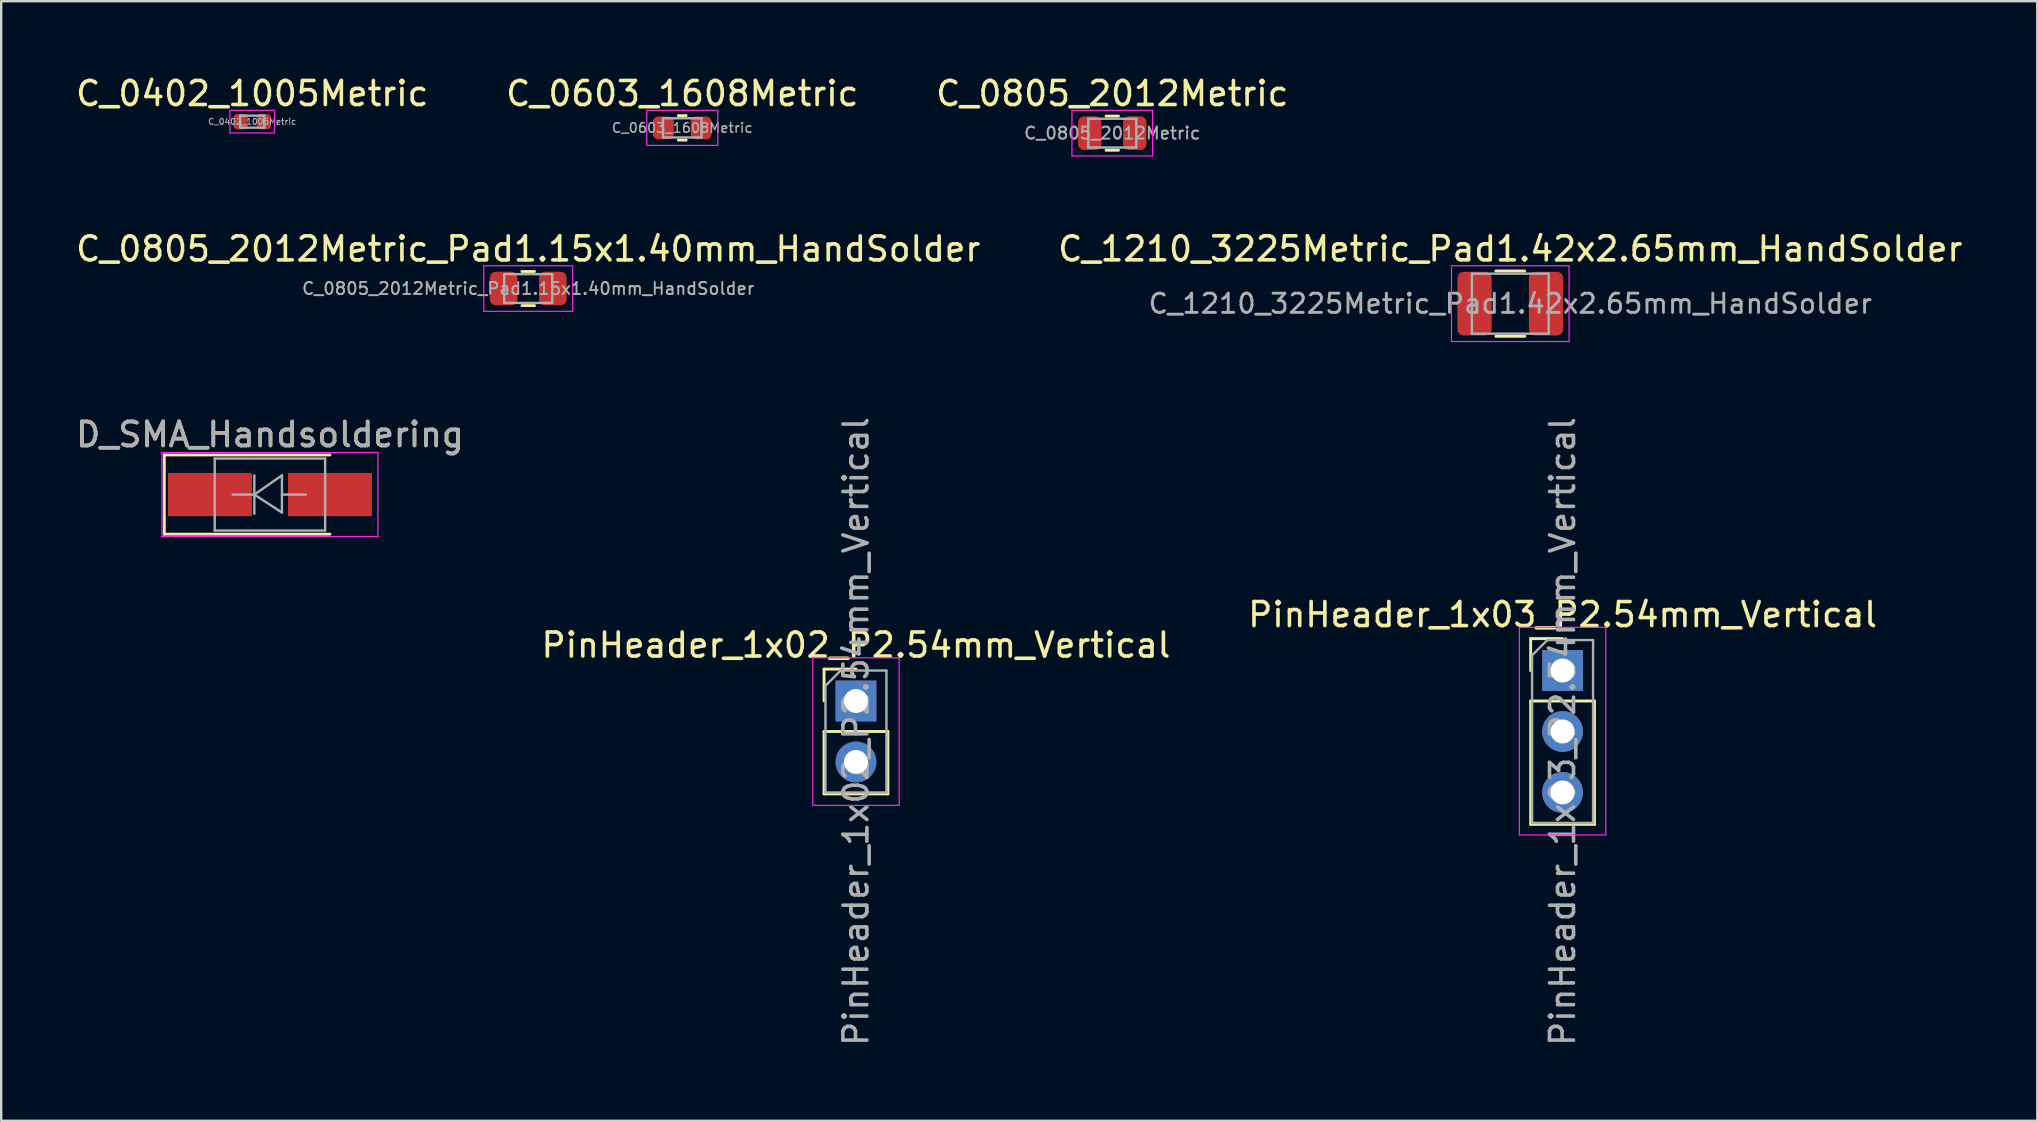
<source format=kicad_pcb>
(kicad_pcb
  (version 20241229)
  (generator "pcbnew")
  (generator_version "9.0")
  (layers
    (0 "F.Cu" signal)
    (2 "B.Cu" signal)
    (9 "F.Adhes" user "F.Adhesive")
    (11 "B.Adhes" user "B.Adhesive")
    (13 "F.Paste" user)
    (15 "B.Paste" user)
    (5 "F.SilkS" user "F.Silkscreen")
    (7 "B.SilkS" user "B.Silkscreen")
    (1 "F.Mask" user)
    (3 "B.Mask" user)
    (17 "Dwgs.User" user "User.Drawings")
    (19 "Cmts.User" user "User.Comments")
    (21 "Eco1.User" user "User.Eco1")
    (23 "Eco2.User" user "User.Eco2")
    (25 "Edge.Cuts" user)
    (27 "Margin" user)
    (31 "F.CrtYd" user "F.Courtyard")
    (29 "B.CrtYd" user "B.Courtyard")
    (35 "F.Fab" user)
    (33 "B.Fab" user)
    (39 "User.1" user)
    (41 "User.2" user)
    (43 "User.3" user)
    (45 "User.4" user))
  (footprint "C_0603_1608Metric"
    (layer "F.Cu")
    (at 25.375 2.278)
    (property "Reference" "C_0603_1608Metric" (at 0 -1.43 0) (layer "F.SilkS") (effects (font (size 1 1) (thickness 0.15))))
    (attr smd)
    (fp_line (start -0.163 -0.51) (end 0.163 -0.51) (stroke (width 0.12) (type solid)) (layer "F.SilkS"))
    (fp_line (start -0.163 0.51) (end 0.163 0.51) (stroke (width 0.12) (type solid)) (layer "F.SilkS"))
    (fp_line (start -1.48 -0.73) (end 1.48 -0.73) (stroke (width 0.05) (type solid)) (layer "F.CrtYd"))
    (fp_line (start -1.48 0.73) (end -1.48 -0.73) (stroke (width 0.05) (type solid)) (layer "F.CrtYd"))
    (fp_line (start 1.48 -0.73) (end 1.48 0.73) (stroke (width 0.05) (type solid)) (layer "F.CrtYd"))
    (fp_line (start 1.48 0.73) (end -1.48 0.73) (stroke (width 0.05) (type solid)) (layer "F.CrtYd"))
    (fp_line (start -0.8 -0.4) (end 0.8 -0.4) (stroke (width 0.1) (type solid)) (layer "F.Fab"))
    (fp_line (start -0.8 0.4) (end -0.8 -0.4) (stroke (width 0.1) (type solid)) (layer "F.Fab"))
    (fp_line (start 0.8 -0.4) (end 0.8 0.4) (stroke (width 0.1) (type solid)) (layer "F.Fab"))
    (fp_line (start 0.8 0.4) (end -0.8 0.4) (stroke (width 0.1) (type solid)) (layer "F.Fab"))
    (fp_text user "${REFERENCE}" (at 0 0 0) (layer "F.Fab") (effects (font (size 0.4 0.4) (thickness 0.06))))
    (pad "1" smd roundrect (at -0.787 0) (size 0.875 0.95) (layers "F.Cu" "F.Mask" "F.Paste") (roundrect_rratio 0.25))
    (pad "2" smd roundrect (at 0.787 0) (size 0.875 0.95) (layers "F.Cu" "F.Mask" "F.Paste") (roundrect_rratio 0.25)))
  (footprint "D_SMA_Handsoldering"
    (layer "F.Cu")
    (at 8.196 17.555)
    (property "Reference" "D_SMA_Handsoldering" (at 0 -2.5 0) (layer "F.SilkS") (effects (font (size 1 1) (thickness 0.15))))
    (attr smd)
    (fp_line (start -4.4 -1.65) (end -4.4 1.65) (stroke (width 0.12) (type solid)) (layer "F.SilkS"))
    (fp_line (start -4.4 -1.65) (end 2.5 -1.65) (stroke (width 0.12) (type solid)) (layer "F.SilkS"))
    (fp_line (start -4.4 1.65) (end 2.5 1.65) (stroke (width 0.12) (type solid)) (layer "F.SilkS"))
    (fp_line (start -4.5 -1.75) (end 4.5 -1.75) (stroke (width 0.05) (type solid)) (layer "F.CrtYd"))
    (fp_line (start -4.5 1.75) (end -4.5 -1.75) (stroke (width 0.05) (type solid)) (layer "F.CrtYd"))
    (fp_line (start 4.5 -1.75) (end 4.5 1.75) (stroke (width 0.05) (type solid)) (layer "F.CrtYd"))
    (fp_line (start 4.5 1.75) (end -4.5 1.75) (stroke (width 0.05) (type solid)) (layer "F.CrtYd"))
    (fp_line (start -2.3 1.5) (end -2.3 -1.5) (stroke (width 0.1) (type solid)) (layer "F.Fab"))
    (fp_line (start -0.649 -0.799) (end -0.649 0.801) (stroke (width 0.1) (type solid)) (layer "F.Fab"))
    (fp_line (start -0.649 0.001) (end -1.551 0.001) (stroke (width 0.1) (type solid)) (layer "F.Fab"))
    (fp_line (start -0.649 0.001) (end 0.501 -0.799) (stroke (width 0.1) (type solid)) (layer "F.Fab"))
    (fp_line (start -0.649 0.001) (end 0.501 0.75) (stroke (width 0.1) (type solid)) (layer "F.Fab"))
    (fp_line (start 0.501 0.001) (end 1.499 0.001) (stroke (width 0.1) (type solid)) (layer "F.Fab"))
    (fp_line (start 0.501 0.75) (end 0.501 -0.799) (stroke (width 0.1) (type solid)) (layer "F.Fab"))
    (fp_line (start 2.3 -1.5) (end -2.3 -1.5) (stroke (width 0.1) (type solid)) (layer "F.Fab"))
    (fp_line (start 2.3 -1.5) (end 2.3 1.5) (stroke (width 0.1) (type solid)) (layer "F.Fab"))
    (fp_line (start 2.3 1.5) (end -2.3 1.5) (stroke (width 0.1) (type solid)) (layer "F.Fab"))
    (fp_text user "${REFERENCE}" (at 0 -2.5 0) (layer "F.Fab") (effects (font (size 1 1) (thickness 0.15))))
    (pad "1" smd rect (at -2.5 0) (size 3.5 1.8) (layers "F.Cu" "F.Mask" "F.Paste"))
    (pad "2" smd rect (at 2.5 0) (size 3.5 1.8) (layers "F.Cu" "F.Mask" "F.Paste")))
  (footprint "C_0805_2012Metric_Pad1.15x1.40mm_HandSolder"
    (layer "F.Cu")
    (at 18.958 8.972)
    (property "Reference" "C_0805_2012Metric_Pad1.15x1.40mm_HandSolder" (at 0 -1.65 0) (layer "F.SilkS") (effects (font (size 1 1) (thickness 0.15))))
    (attr smd)
    (fp_line (start -0.261 -0.71) (end 0.261 -0.71) (stroke (width 0.12) (type solid)) (layer "F.SilkS"))
    (fp_line (start -0.261 0.71) (end 0.261 0.71) (stroke (width 0.12) (type solid)) (layer "F.SilkS"))
    (fp_line (start -1.85 -0.95) (end 1.85 -0.95) (stroke (width 0.05) (type solid)) (layer "F.CrtYd"))
    (fp_line (start -1.85 0.95) (end -1.85 -0.95) (stroke (width 0.05) (type solid)) (layer "F.CrtYd"))
    (fp_line (start 1.85 -0.95) (end 1.85 0.95) (stroke (width 0.05) (type solid)) (layer "F.CrtYd"))
    (fp_line (start 1.85 0.95) (end -1.85 0.95) (stroke (width 0.05) (type solid)) (layer "F.CrtYd"))
    (fp_line (start -1 -0.6) (end 1 -0.6) (stroke (width 0.1) (type solid)) (layer "F.Fab"))
    (fp_line (start -1 0.6) (end -1 -0.6) (stroke (width 0.1) (type solid)) (layer "F.Fab"))
    (fp_line (start 1 -0.6) (end 1 0.6) (stroke (width 0.1) (type solid)) (layer "F.Fab"))
    (fp_line (start 1 0.6) (end -1 0.6) (stroke (width 0.1) (type solid)) (layer "F.Fab"))
    (fp_text user "${REFERENCE}" (at 0 0 0) (layer "F.Fab") (effects (font (size 0.5 0.5) (thickness 0.08))))
    (pad "1" smd roundrect (at -1.025 0) (size 1.15 1.4) (layers "F.Cu" "F.Mask" "F.Paste") (roundrect_rratio 0.217))
    (pad "2" smd roundrect (at 1.025 0) (size 1.15 1.4) (layers "F.Cu" "F.Mask" "F.Paste") (roundrect_rratio 0.217)))
  (footprint "C_0805_2012Metric"
    (layer "F.Cu")
    (at 43.292 2.498)
    (property "Reference" "C_0805_2012Metric" (at 0 -1.65 0) (layer "F.SilkS") (effects (font (size 1 1) (thickness 0.15))))
    (attr smd)
    (fp_line (start -0.259 -0.71) (end 0.259 -0.71) (stroke (width 0.12) (type solid)) (layer "F.SilkS"))
    (fp_line (start -0.259 0.71) (end 0.259 0.71) (stroke (width 0.12) (type solid)) (layer "F.SilkS"))
    (fp_line (start -1.68 -0.95) (end 1.68 -0.95) (stroke (width 0.05) (type solid)) (layer "F.CrtYd"))
    (fp_line (start -1.68 0.95) (end -1.68 -0.95) (stroke (width 0.05) (type solid)) (layer "F.CrtYd"))
    (fp_line (start 1.68 -0.95) (end 1.68 0.95) (stroke (width 0.05) (type solid)) (layer "F.CrtYd"))
    (fp_line (start 1.68 0.95) (end -1.68 0.95) (stroke (width 0.05) (type solid)) (layer "F.CrtYd"))
    (fp_line (start -1 -0.6) (end 1 -0.6) (stroke (width 0.1) (type solid)) (layer "F.Fab"))
    (fp_line (start -1 0.6) (end -1 -0.6) (stroke (width 0.1) (type solid)) (layer "F.Fab"))
    (fp_line (start 1 -0.6) (end 1 0.6) (stroke (width 0.1) (type solid)) (layer "F.Fab"))
    (fp_line (start 1 0.6) (end -1 0.6) (stroke (width 0.1) (type solid)) (layer "F.Fab"))
    (fp_text user "${REFERENCE}" (at 0 0 0) (layer "F.Fab") (effects (font (size 0.5 0.5) (thickness 0.08))))
    (pad "1" smd roundrect (at -0.938 0) (size 0.975 1.4) (layers "F.Cu" "F.Mask" "F.Paste") (roundrect_rratio 0.25))
    (pad "2" smd roundrect (at 0.938 0) (size 0.975 1.4) (layers "F.Cu" "F.Mask" "F.Paste") (roundrect_rratio 0.25)))
  (footprint "PinHeader_1x02_P2.54mm_Vertical"
    (layer "F.Cu")
    (at 32.613 26.157)
    (property "Reference" "PinHeader_1x02_P2.54mm_Vertical" (at 0 -2.33 0) (layer "F.SilkS") (effects (font (size 1 1) (thickness 0.15))))
    (attr through_hole)
    (fp_line (start -1.33 -1.33) (end 0 -1.33) (stroke (width 0.12) (type solid)) (layer "F.SilkS"))
    (fp_line (start -1.33 0) (end -1.33 -1.33) (stroke (width 0.12) (type solid)) (layer "F.SilkS"))
    (fp_line (start -1.33 1.27) (end -1.33 3.87) (stroke (width 0.12) (type solid)) (layer "F.SilkS"))
    (fp_line (start -1.33 1.27) (end 1.33 1.27) (stroke (width 0.12) (type solid)) (layer "F.SilkS"))
    (fp_line (start -1.33 3.87) (end 1.33 3.87) (stroke (width 0.12) (type solid)) (layer "F.SilkS"))
    (fp_line (start 1.33 1.27) (end 1.33 3.87) (stroke (width 0.12) (type solid)) (layer "F.SilkS"))
    (fp_line (start -1.8 -1.8) (end -1.8 4.35) (stroke (width 0.05) (type solid)) (layer "F.CrtYd"))
    (fp_line (start -1.8 4.35) (end 1.8 4.35) (stroke (width 0.05) (type solid)) (layer "F.CrtYd"))
    (fp_line (start 1.8 -1.8) (end -1.8 -1.8) (stroke (width 0.05) (type solid)) (layer "F.CrtYd"))
    (fp_line (start 1.8 4.35) (end 1.8 -1.8) (stroke (width 0.05) (type solid)) (layer "F.CrtYd"))
    (fp_line (start -1.27 -0.635) (end -0.635 -1.27) (stroke (width 0.1) (type solid)) (layer "F.Fab"))
    (fp_line (start -1.27 3.81) (end -1.27 -0.635) (stroke (width 0.1) (type solid)) (layer "F.Fab"))
    (fp_line (start -0.635 -1.27) (end 1.27 -1.27) (stroke (width 0.1) (type solid)) (layer "F.Fab"))
    (fp_line (start 1.27 -1.27) (end 1.27 3.81) (stroke (width 0.1) (type solid)) (layer "F.Fab"))
    (fp_line (start 1.27 3.81) (end -1.27 3.81) (stroke (width 0.1) (type solid)) (layer "F.Fab"))
    (fp_text user "${REFERENCE}" (at 0 1.27 90) (layer "F.Fab") (effects (font (size 1 1) (thickness 0.15))))
    (pad "1" thru_hole rect (at 0 0) (size 1.7 1.7) (drill 1) (layers "*.Cu" "*.Mask"))
    (pad "2" thru_hole oval (at 0 2.54) (size 1.7 1.7) (drill 1) (layers "*.Cu" "*.Mask")))
  (footprint "C_0402_1005Metric"
    (layer "F.Cu")
    (at 7.458 2.018)
    (property "Reference" "C_0402_1005Metric" (at 0 -1.17 0) (layer "F.SilkS") (effects (font (size 1 1) (thickness 0.15))))
    (attr smd)
    (fp_line (start -0.93 -0.47) (end 0.93 -0.47) (stroke (width 0.05) (type solid)) (layer "F.CrtYd"))
    (fp_line (start -0.93 0.47) (end -0.93 -0.47) (stroke (width 0.05) (type solid)) (layer "F.CrtYd"))
    (fp_line (start 0.93 -0.47) (end 0.93 0.47) (stroke (width 0.05) (type solid)) (layer "F.CrtYd"))
    (fp_line (start 0.93 0.47) (end -0.93 0.47) (stroke (width 0.05) (type solid)) (layer "F.CrtYd"))
    (fp_line (start -0.5 -0.25) (end 0.5 -0.25) (stroke (width 0.1) (type solid)) (layer "F.Fab"))
    (fp_line (start -0.5 0.25) (end -0.5 -0.25) (stroke (width 0.1) (type solid)) (layer "F.Fab"))
    (fp_line (start 0.5 -0.25) (end 0.5 0.25) (stroke (width 0.1) (type solid)) (layer "F.Fab"))
    (fp_line (start 0.5 0.25) (end -0.5 0.25) (stroke (width 0.1) (type solid)) (layer "F.Fab"))
    (fp_text user "${REFERENCE}" (at 0 0 0) (layer "F.Fab") (effects (font (size 0.25 0.25) (thickness 0.04))))
    (pad "1" smd roundrect (at -0.485 0) (size 0.59 0.64) (layers "F.Cu" "F.Mask" "F.Paste") (roundrect_rratio 0.25))
    (pad "2" smd roundrect (at 0.485 0) (size 0.59 0.64) (layers "F.Cu" "F.Mask" "F.Paste") (roundrect_rratio 0.25)))
  (footprint "C_1210_3225Metric_Pad1.42x2.65mm_HandSolder"
    (layer "F.Cu")
    (at 59.875 9.601)
    (property "Reference" "C_1210_3225Metric_Pad1.42x2.65mm_HandSolder" (at 0 -2.28 0) (layer "F.SilkS") (effects (font (size 1 1) (thickness 0.15))))
    (attr smd)
    (fp_line (start -0.602 -1.36) (end 0.602 -1.36) (stroke (width 0.12) (type solid)) (layer "F.SilkS"))
    (fp_line (start -0.602 1.36) (end 0.602 1.36) (stroke (width 0.12) (type solid)) (layer "F.SilkS"))
    (fp_line (start -2.45 -1.58) (end 2.45 -1.58) (stroke (width 0.05) (type solid)) (layer "F.CrtYd"))
    (fp_line (start -2.45 1.58) (end -2.45 -1.58) (stroke (width 0.05) (type solid)) (layer "F.CrtYd"))
    (fp_line (start 2.45 -1.58) (end 2.45 1.58) (stroke (width 0.05) (type solid)) (layer "F.CrtYd"))
    (fp_line (start 2.45 1.58) (end -2.45 1.58) (stroke (width 0.05) (type solid)) (layer "F.CrtYd"))
    (fp_line (start -1.6 -1.25) (end 1.6 -1.25) (stroke (width 0.1) (type solid)) (layer "F.Fab"))
    (fp_line (start -1.6 1.25) (end -1.6 -1.25) (stroke (width 0.1) (type solid)) (layer "F.Fab"))
    (fp_line (start 1.6 -1.25) (end 1.6 1.25) (stroke (width 0.1) (type solid)) (layer "F.Fab"))
    (fp_line (start 1.6 1.25) (end -1.6 1.25) (stroke (width 0.1) (type solid)) (layer "F.Fab"))
    (fp_text user "${REFERENCE}" (at 0 0 0) (layer "F.Fab") (effects (font (size 0.8 0.8) (thickness 0.12))))
    (pad "1" smd roundrect (at -1.488 0) (size 1.425 2.65) (layers "F.Cu" "F.Mask" "F.Paste") (roundrect_rratio 0.175))
    (pad "2" smd roundrect (at 1.488 0) (size 1.425 2.65) (layers "F.Cu" "F.Mask" "F.Paste") (roundrect_rratio 0.175)))
  (footprint "PinHeader_1x03_P2.54mm_Vertical"
    (layer "F.Cu")
    (at 62.054 24.887)
    (property "Reference" "PinHeader_1x03_P2.54mm_Vertical" (at 0 -2.33 0) (layer "F.SilkS") (effects (font (size 1 1) (thickness 0.15))))
    (attr through_hole)
    (fp_line (start -1.33 -1.33) (end 0 -1.33) (stroke (width 0.12) (type solid)) (layer "F.SilkS"))
    (fp_line (start -1.33 0) (end -1.33 -1.33) (stroke (width 0.12) (type solid)) (layer "F.SilkS"))
    (fp_line (start -1.33 1.27) (end -1.33 6.41) (stroke (width 0.12) (type solid)) (layer "F.SilkS"))
    (fp_line (start -1.33 1.27) (end 1.33 1.27) (stroke (width 0.12) (type solid)) (layer "F.SilkS"))
    (fp_line (start -1.33 6.41) (end 1.33 6.41) (stroke (width 0.12) (type solid)) (layer "F.SilkS"))
    (fp_line (start 1.33 1.27) (end 1.33 6.41) (stroke (width 0.12) (type solid)) (layer "F.SilkS"))
    (fp_line (start -1.8 -1.8) (end -1.8 6.85) (stroke (width 0.05) (type solid)) (layer "F.CrtYd"))
    (fp_line (start -1.8 6.85) (end 1.8 6.85) (stroke (width 0.05) (type solid)) (layer "F.CrtYd"))
    (fp_line (start 1.8 -1.8) (end -1.8 -1.8) (stroke (width 0.05) (type solid)) (layer "F.CrtYd"))
    (fp_line (start 1.8 6.85) (end 1.8 -1.8) (stroke (width 0.05) (type solid)) (layer "F.CrtYd"))
    (fp_line (start -1.27 -0.635) (end -0.635 -1.27) (stroke (width 0.1) (type solid)) (layer "F.Fab"))
    (fp_line (start -1.27 6.35) (end -1.27 -0.635) (stroke (width 0.1) (type solid)) (layer "F.Fab"))
    (fp_line (start -0.635 -1.27) (end 1.27 -1.27) (stroke (width 0.1) (type solid)) (layer "F.Fab"))
    (fp_line (start 1.27 -1.27) (end 1.27 6.35) (stroke (width 0.1) (type solid)) (layer "F.Fab"))
    (fp_line (start 1.27 6.35) (end -1.27 6.35) (stroke (width 0.1) (type solid)) (layer "F.Fab"))
    (fp_text user "${REFERENCE}" (at 0 2.54 90) (layer "F.Fab") (effects (font (size 1 1) (thickness 0.15))))
    (pad "1" thru_hole rect (at 0 0) (size 1.7 1.7) (drill 1) (layers "*.Cu" "*.Mask"))
    (pad "2" thru_hole oval (at 0 2.54) (size 1.7 1.7) (drill 1) (layers "*.Cu" "*.Mask"))
    (pad "3" thru_hole oval (at 0 5.08) (size 1.7 1.7) (drill 1) (layers "*.Cu" "*.Mask")))
  (gr_rect
    (start -3 -3)
    (end 81.833 43.647)
    (stroke (width 0.1) (type default))
    (fill no)
    (layer "Edge.Cuts")))
</source>
